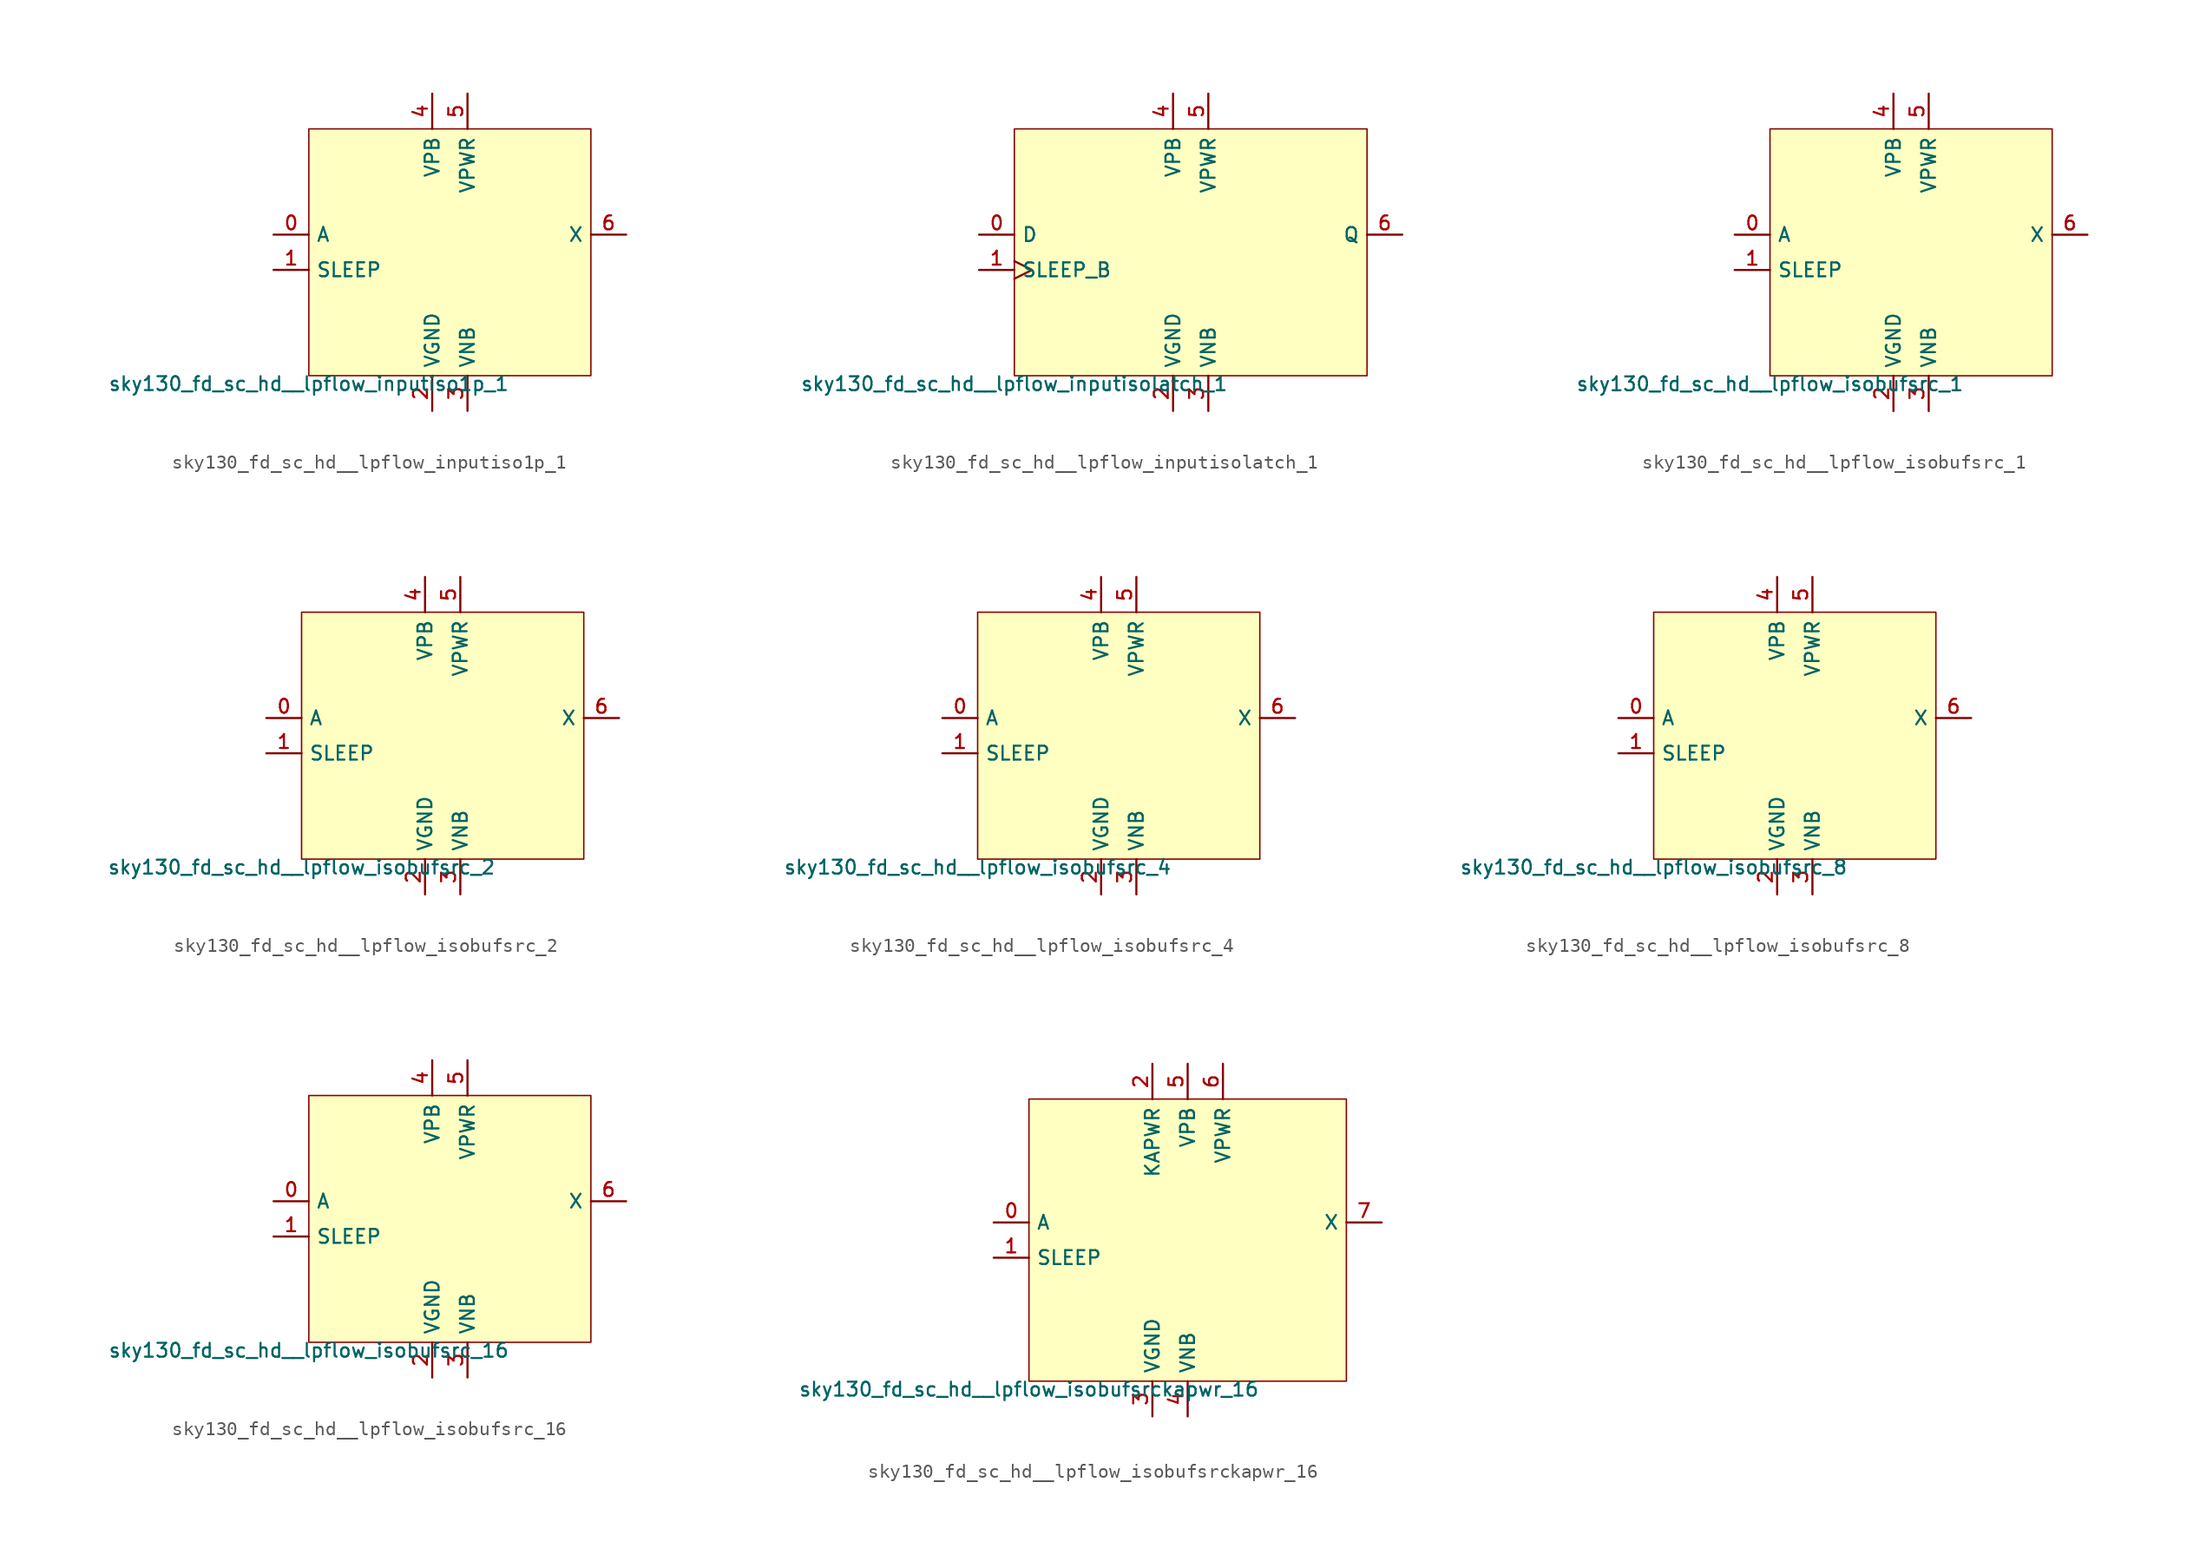
<source format=kicad_sym>
(kicad_symbol_lib
  (version 20211014)
  (generator lef2kicad_sym)
  (symbol "sky130_fd_sc_hd__lpflow_inputiso1p_1"
    (property "Reference" "X"
      (at 0 0 0)
      (effects (font (size 1 1)) hide))
    (property "Value" "sky130_fd_sc_hd__lpflow_inputiso1p_1"
      (at -10.16 -8.89 0)
      (effects (font (size 1 1)) (justify top)))
    (rectangle
      (start -10.16 -8.89)
      (end 10.16 8.89)
      (stroke (width 0.1) (type solid) (color 0 0 0 0))
      (fill (type background)))
    (pin input line
      (at -12.7 1.27 0)
      (length 2.54)
      (name "A" (effects (font (size 1 1)) hide))
      (number "0" (effects (font (size 1 1)) hide)))
    (pin input line
      (at -12.7 -1.27 0)
      (length 2.54)
      (name "SLEEP" (effects (font (size 1 1)) hide))
      (number "1" (effects (font (size 1 1)) hide)))
    (pin power_in line
      (at -1.27 -11.43 90)
      (length 2.54)
      (name "VGND" (effects (font (size 1 1)) hide))
      (number "2" (effects (font (size 1 1)) hide)))
    (pin power_in line
      (at 1.27 -11.43 90)
      (length 2.54)
      (name "VNB" (effects (font (size 1 1)) hide))
      (number "3" (effects (font (size 1 1)) hide)))
    (pin power_in line
      (at -1.27 11.43 270)
      (length 2.54)
      (name "VPB" (effects (font (size 1 1)) hide))
      (number "4" (effects (font (size 1 1)) hide)))
    (pin power_in line
      (at 1.27 11.43 270)
      (length 2.54)
      (name "VPWR" (effects (font (size 1 1)) hide))
      (number "5" (effects (font (size 1 1)) hide)))
    (pin output line
      (at 12.7 1.27 180)
      (length 2.54)
      (name "X" (effects (font (size 1 1)) hide))
      (number "6" (effects (font (size 1 1)) hide))))
  (symbol "sky130_fd_sc_hd__lpflow_inputisolatch_1"
    (property "Reference" "X"
      (at 0 0 0)
      (effects (font (size 1 1)) hide))
    (property "Value" "sky130_fd_sc_hd__lpflow_inputisolatch_1"
      (at -12.7 -8.89 0)
      (effects (font (size 1 1)) (justify top)))
    (rectangle
      (start -12.7 -8.89)
      (end 12.7 8.89)
      (stroke (width 0.1) (type solid) (color 0 0 0 0))
      (fill (type background)))
    (pin input line
      (at -15.24 1.27 0)
      (length 2.54)
      (name "D" (effects (font (size 1 1)) hide))
      (number "0" (effects (font (size 1 1)) hide)))
    (pin input clock
      (at -15.24 -1.27 0)
      (length 2.54)
      (name "SLEEP_B" (effects (font (size 1 1)) hide))
      (number "1" (effects (font (size 1 1)) hide)))
    (pin power_in line
      (at -1.27 -11.43 90)
      (length 2.54)
      (name "VGND" (effects (font (size 1 1)) hide))
      (number "2" (effects (font (size 1 1)) hide)))
    (pin power_in line
      (at 1.27 -11.43 90)
      (length 2.54)
      (name "VNB" (effects (font (size 1 1)) hide))
      (number "3" (effects (font (size 1 1)) hide)))
    (pin power_in line
      (at -1.27 11.43 270)
      (length 2.54)
      (name "VPB" (effects (font (size 1 1)) hide))
      (number "4" (effects (font (size 1 1)) hide)))
    (pin power_in line
      (at 1.27 11.43 270)
      (length 2.54)
      (name "VPWR" (effects (font (size 1 1)) hide))
      (number "5" (effects (font (size 1 1)) hide)))
    (pin output line
      (at 15.24 1.27 180)
      (length 2.54)
      (name "Q" (effects (font (size 1 1)) hide))
      (number "6" (effects (font (size 1 1)) hide))))
  (symbol "sky130_fd_sc_hd__lpflow_isobufsrc_1"
    (property "Reference" "X"
      (at 0 0 0)
      (effects (font (size 1 1)) hide))
    (property "Value" "sky130_fd_sc_hd__lpflow_isobufsrc_1"
      (at -10.16 -8.89 0)
      (effects (font (size 1 1)) (justify top)))
    (rectangle
      (start -10.16 -8.89)
      (end 10.16 8.89)
      (stroke (width 0.1) (type solid) (color 0 0 0 0))
      (fill (type background)))
    (pin input line
      (at -12.7 1.27 0)
      (length 2.54)
      (name "A" (effects (font (size 1 1)) hide))
      (number "0" (effects (font (size 1 1)) hide)))
    (pin input line
      (at -12.7 -1.27 0)
      (length 2.54)
      (name "SLEEP" (effects (font (size 1 1)) hide))
      (number "1" (effects (font (size 1 1)) hide)))
    (pin power_in line
      (at -1.27 -11.43 90)
      (length 2.54)
      (name "VGND" (effects (font (size 1 1)) hide))
      (number "2" (effects (font (size 1 1)) hide)))
    (pin power_in line
      (at 1.27 -11.43 90)
      (length 2.54)
      (name "VNB" (effects (font (size 1 1)) hide))
      (number "3" (effects (font (size 1 1)) hide)))
    (pin power_in line
      (at -1.27 11.43 270)
      (length 2.54)
      (name "VPB" (effects (font (size 1 1)) hide))
      (number "4" (effects (font (size 1 1)) hide)))
    (pin power_in line
      (at 1.27 11.43 270)
      (length 2.54)
      (name "VPWR" (effects (font (size 1 1)) hide))
      (number "5" (effects (font (size 1 1)) hide)))
    (pin output line
      (at 12.7 1.27 180)
      (length 2.54)
      (name "X" (effects (font (size 1 1)) hide))
      (number "6" (effects (font (size 1 1)) hide))))
  (symbol "sky130_fd_sc_hd__lpflow_isobufsrc_2"
    (property "Reference" "X"
      (at 0 0 0)
      (effects (font (size 1 1)) hide))
    (property "Value" "sky130_fd_sc_hd__lpflow_isobufsrc_2"
      (at -10.16 -8.89 0)
      (effects (font (size 1 1)) (justify top)))
    (rectangle
      (start -10.16 -8.89)
      (end 10.16 8.89)
      (stroke (width 0.1) (type solid) (color 0 0 0 0))
      (fill (type background)))
    (pin input line
      (at -12.7 1.27 0)
      (length 2.54)
      (name "A" (effects (font (size 1 1)) hide))
      (number "0" (effects (font (size 1 1)) hide)))
    (pin input line
      (at -12.7 -1.27 0)
      (length 2.54)
      (name "SLEEP" (effects (font (size 1 1)) hide))
      (number "1" (effects (font (size 1 1)) hide)))
    (pin power_in line
      (at -1.27 -11.43 90)
      (length 2.54)
      (name "VGND" (effects (font (size 1 1)) hide))
      (number "2" (effects (font (size 1 1)) hide)))
    (pin power_in line
      (at 1.27 -11.43 90)
      (length 2.54)
      (name "VNB" (effects (font (size 1 1)) hide))
      (number "3" (effects (font (size 1 1)) hide)))
    (pin power_in line
      (at -1.27 11.43 270)
      (length 2.54)
      (name "VPB" (effects (font (size 1 1)) hide))
      (number "4" (effects (font (size 1 1)) hide)))
    (pin power_in line
      (at 1.27 11.43 270)
      (length 2.54)
      (name "VPWR" (effects (font (size 1 1)) hide))
      (number "5" (effects (font (size 1 1)) hide)))
    (pin output line
      (at 12.7 1.27 180)
      (length 2.54)
      (name "X" (effects (font (size 1 1)) hide))
      (number "6" (effects (font (size 1 1)) hide))))
  (symbol "sky130_fd_sc_hd__lpflow_isobufsrc_4"
    (property "Reference" "X"
      (at 0 0 0)
      (effects (font (size 1 1)) hide))
    (property "Value" "sky130_fd_sc_hd__lpflow_isobufsrc_4"
      (at -10.16 -8.89 0)
      (effects (font (size 1 1)) (justify top)))
    (rectangle
      (start -10.16 -8.89)
      (end 10.16 8.89)
      (stroke (width 0.1) (type solid) (color 0 0 0 0))
      (fill (type background)))
    (pin input line
      (at -12.7 1.27 0)
      (length 2.54)
      (name "A" (effects (font (size 1 1)) hide))
      (number "0" (effects (font (size 1 1)) hide)))
    (pin input line
      (at -12.7 -1.27 0)
      (length 2.54)
      (name "SLEEP" (effects (font (size 1 1)) hide))
      (number "1" (effects (font (size 1 1)) hide)))
    (pin power_in line
      (at -1.27 -11.43 90)
      (length 2.54)
      (name "VGND" (effects (font (size 1 1)) hide))
      (number "2" (effects (font (size 1 1)) hide)))
    (pin power_in line
      (at 1.27 -11.43 90)
      (length 2.54)
      (name "VNB" (effects (font (size 1 1)) hide))
      (number "3" (effects (font (size 1 1)) hide)))
    (pin power_in line
      (at -1.27 11.43 270)
      (length 2.54)
      (name "VPB" (effects (font (size 1 1)) hide))
      (number "4" (effects (font (size 1 1)) hide)))
    (pin power_in line
      (at 1.27 11.43 270)
      (length 2.54)
      (name "VPWR" (effects (font (size 1 1)) hide))
      (number "5" (effects (font (size 1 1)) hide)))
    (pin output line
      (at 12.7 1.27 180)
      (length 2.54)
      (name "X" (effects (font (size 1 1)) hide))
      (number "6" (effects (font (size 1 1)) hide))))
  (symbol "sky130_fd_sc_hd__lpflow_isobufsrc_8"
    (property "Reference" "X"
      (at 0 0 0)
      (effects (font (size 1 1)) hide))
    (property "Value" "sky130_fd_sc_hd__lpflow_isobufsrc_8"
      (at -10.16 -8.89 0)
      (effects (font (size 1 1)) (justify top)))
    (rectangle
      (start -10.16 -8.89)
      (end 10.16 8.89)
      (stroke (width 0.1) (type solid) (color 0 0 0 0))
      (fill (type background)))
    (pin input line
      (at -12.7 1.27 0)
      (length 2.54)
      (name "A" (effects (font (size 1 1)) hide))
      (number "0" (effects (font (size 1 1)) hide)))
    (pin input line
      (at -12.7 -1.27 0)
      (length 2.54)
      (name "SLEEP" (effects (font (size 1 1)) hide))
      (number "1" (effects (font (size 1 1)) hide)))
    (pin power_in line
      (at -1.27 -11.43 90)
      (length 2.54)
      (name "VGND" (effects (font (size 1 1)) hide))
      (number "2" (effects (font (size 1 1)) hide)))
    (pin power_in line
      (at 1.27 -11.43 90)
      (length 2.54)
      (name "VNB" (effects (font (size 1 1)) hide))
      (number "3" (effects (font (size 1 1)) hide)))
    (pin power_in line
      (at -1.27 11.43 270)
      (length 2.54)
      (name "VPB" (effects (font (size 1 1)) hide))
      (number "4" (effects (font (size 1 1)) hide)))
    (pin power_in line
      (at 1.27 11.43 270)
      (length 2.54)
      (name "VPWR" (effects (font (size 1 1)) hide))
      (number "5" (effects (font (size 1 1)) hide)))
    (pin output line
      (at 12.7 1.27 180)
      (length 2.54)
      (name "X" (effects (font (size 1 1)) hide))
      (number "6" (effects (font (size 1 1)) hide))))
  (symbol "sky130_fd_sc_hd__lpflow_isobufsrc_16"
    (property "Reference" "X"
      (at 0 0 0)
      (effects (font (size 1 1)) hide))
    (property "Value" "sky130_fd_sc_hd__lpflow_isobufsrc_16"
      (at -10.16 -8.89 0)
      (effects (font (size 1 1)) (justify top)))
    (rectangle
      (start -10.16 -8.89)
      (end 10.16 8.89)
      (stroke (width 0.1) (type solid) (color 0 0 0 0))
      (fill (type background)))
    (pin input line
      (at -12.7 1.27 0)
      (length 2.54)
      (name "A" (effects (font (size 1 1)) hide))
      (number "0" (effects (font (size 1 1)) hide)))
    (pin input line
      (at -12.7 -1.27 0)
      (length 2.54)
      (name "SLEEP" (effects (font (size 1 1)) hide))
      (number "1" (effects (font (size 1 1)) hide)))
    (pin power_in line
      (at -1.27 -11.43 90)
      (length 2.54)
      (name "VGND" (effects (font (size 1 1)) hide))
      (number "2" (effects (font (size 1 1)) hide)))
    (pin power_in line
      (at 1.27 -11.43 90)
      (length 2.54)
      (name "VNB" (effects (font (size 1 1)) hide))
      (number "3" (effects (font (size 1 1)) hide)))
    (pin power_in line
      (at -1.27 11.43 270)
      (length 2.54)
      (name "VPB" (effects (font (size 1 1)) hide))
      (number "4" (effects (font (size 1 1)) hide)))
    (pin power_in line
      (at 1.27 11.43 270)
      (length 2.54)
      (name "VPWR" (effects (font (size 1 1)) hide))
      (number "5" (effects (font (size 1 1)) hide)))
    (pin output line
      (at 12.7 1.27 180)
      (length 2.54)
      (name "X" (effects (font (size 1 1)) hide))
      (number "6" (effects (font (size 1 1)) hide))))
  (symbol "sky130_fd_sc_hd__lpflow_isobufsrckapwr_16"
    (property "Reference" "X"
      (at 0 0 0)
      (effects (font (size 1 1)) hide))
    (property "Value" "sky130_fd_sc_hd__lpflow_isobufsrckapwr_16"
      (at -11.43 -10.16 0)
      (effects (font (size 1 1)) (justify top)))
    (rectangle
      (start -11.43 -10.16)
      (end 11.43 10.16)
      (stroke (width 0.1) (type solid) (color 0 0 0 0))
      (fill (type background)))
    (pin input line
      (at -13.97 1.27 0)
      (length 2.54)
      (name "A" (effects (font (size 1 1)) hide))
      (number "0" (effects (font (size 1 1)) hide)))
    (pin input line
      (at -13.97 -1.27 0)
      (length 2.54)
      (name "SLEEP" (effects (font (size 1 1)) hide))
      (number "1" (effects (font (size 1 1)) hide)))
    (pin power_in line
      (at -2.54 12.7 270)
      (length 2.54)
      (name "KAPWR" (effects (font (size 1 1)) hide))
      (number "2" (effects (font (size 1 1)) hide)))
    (pin power_in line
      (at -2.54 -12.7 90)
      (length 2.54)
      (name "VGND" (effects (font (size 1 1)) hide))
      (number "3" (effects (font (size 1 1)) hide)))
    (pin power_in line
      (at 0.0 -12.7 90)
      (length 2.54)
      (name "VNB" (effects (font (size 1 1)) hide))
      (number "4" (effects (font (size 1 1)) hide)))
    (pin power_in line
      (at 0.0 12.7 270)
      (length 2.54)
      (name "VPB" (effects (font (size 1 1)) hide))
      (number "5" (effects (font (size 1 1)) hide)))
    (pin power_in line
      (at 2.54 12.7 270)
      (length 2.54)
      (name "VPWR" (effects (font (size 1 1)) hide))
      (number "6" (effects (font (size 1 1)) hide)))
    (pin output line
      (at 13.97 1.27 180)
      (length 2.54)
      (name "X" (effects (font (size 1 1)) hide))
      (number "7" (effects (font (size 1 1)) hide)))))
</source>
